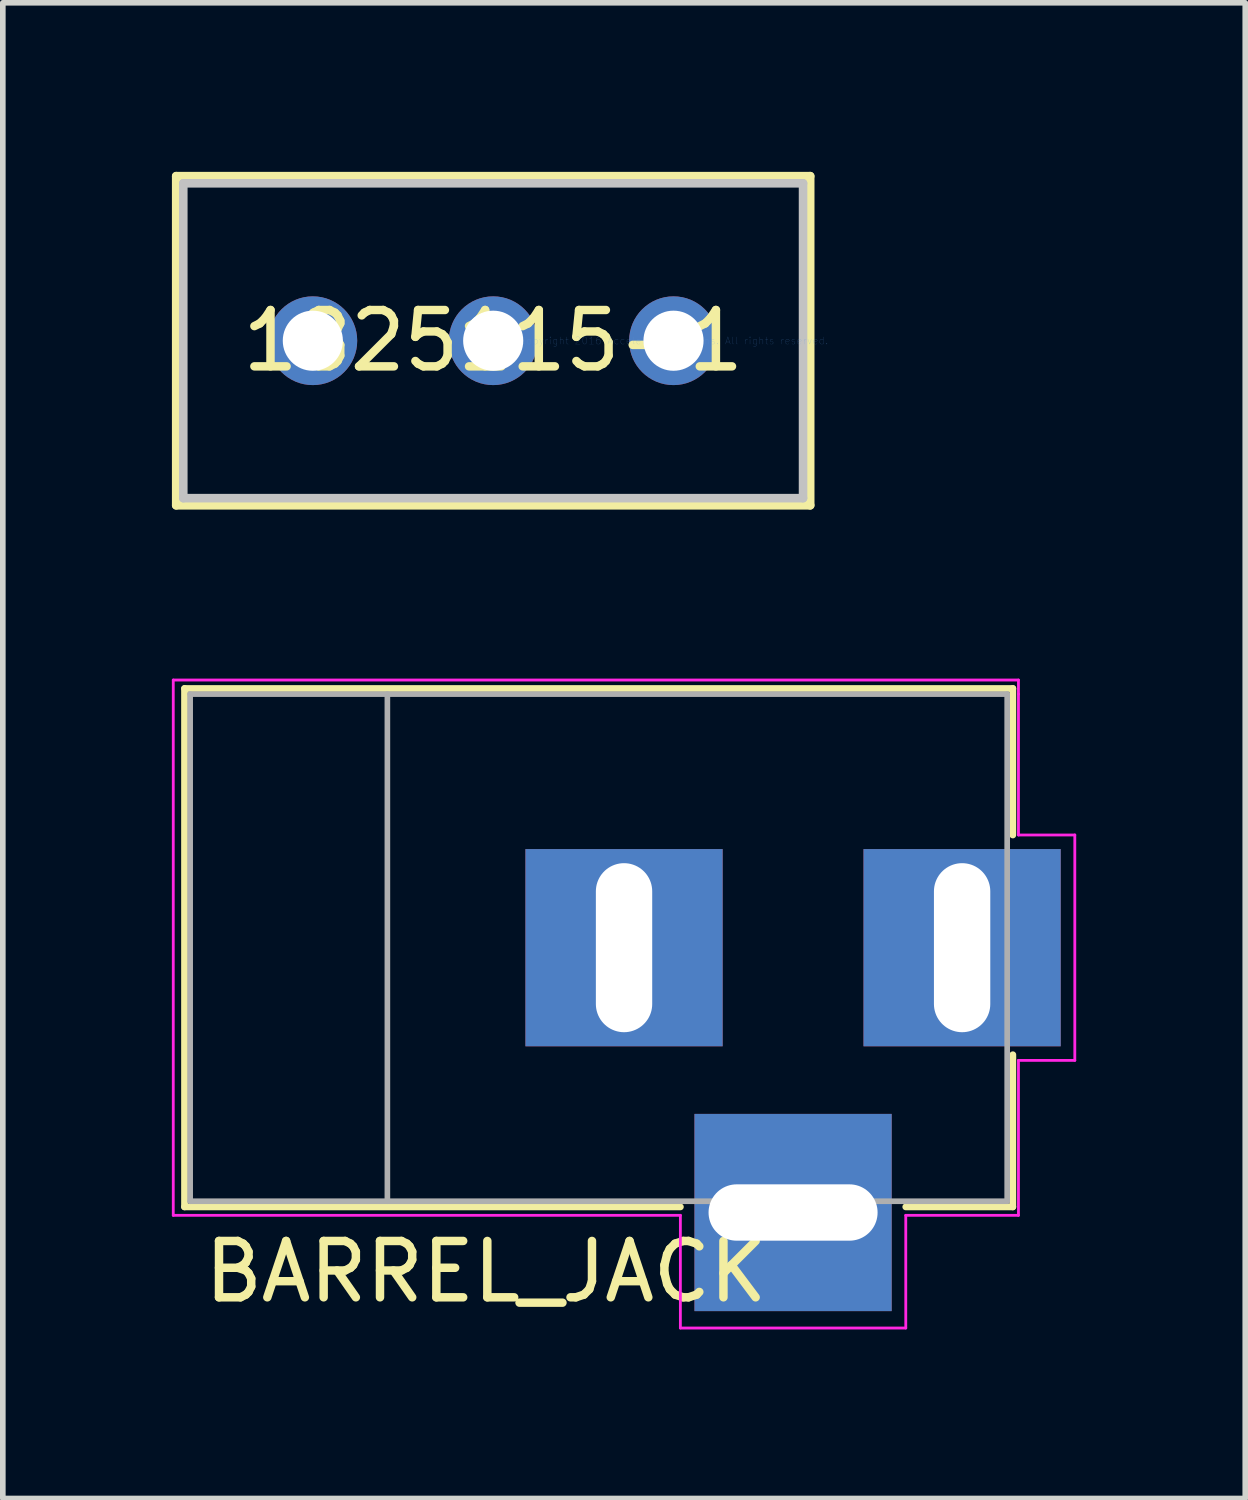
<source format=kicad_pcb>
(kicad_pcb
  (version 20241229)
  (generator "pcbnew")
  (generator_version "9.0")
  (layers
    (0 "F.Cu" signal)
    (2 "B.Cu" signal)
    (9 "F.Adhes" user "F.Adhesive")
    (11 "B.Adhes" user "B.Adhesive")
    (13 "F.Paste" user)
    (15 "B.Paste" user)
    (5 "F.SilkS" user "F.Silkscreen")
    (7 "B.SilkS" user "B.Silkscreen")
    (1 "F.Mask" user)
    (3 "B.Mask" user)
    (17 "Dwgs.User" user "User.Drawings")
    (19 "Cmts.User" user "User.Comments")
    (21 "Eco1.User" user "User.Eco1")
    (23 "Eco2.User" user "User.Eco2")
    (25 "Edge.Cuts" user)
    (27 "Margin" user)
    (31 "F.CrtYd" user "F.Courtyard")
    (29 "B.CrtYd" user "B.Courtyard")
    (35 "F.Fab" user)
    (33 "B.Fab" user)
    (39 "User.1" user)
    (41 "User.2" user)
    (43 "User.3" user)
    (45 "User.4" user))
  (footprint "BARREL_JACK"
    (layer "F.Cu")
    (at 14.025 13.769)
    (property "Reference" "BARREL_JACK" (at -8.45 5.75 180) (layer "F.SilkS") (effects (font (size 1 1) (thickness 0.15))))
    (attr through_hole)
    (fp_line (start -13.8 -4.6) (end 0.9 -4.6) (stroke (width 0.12) (type solid)) (layer "F.SilkS"))
    (fp_line (start -13.8 4.6) (end -13.8 -4.6) (stroke (width 0.12) (type solid)) (layer "F.SilkS"))
    (fp_line (start -5 4.6) (end -13.8 4.6) (stroke (width 0.12) (type solid)) (layer "F.SilkS"))
    (fp_line (start 0.9 -4.6) (end 0.9 -2) (stroke (width 0.12) (type solid)) (layer "F.SilkS"))
    (fp_line (start 0.9 1.9) (end 0.9 4.6) (stroke (width 0.12) (type solid)) (layer "F.SilkS"))
    (fp_line (start 0.9 4.6) (end -1 4.6) (stroke (width 0.12) (type solid)) (layer "F.SilkS"))
    (fp_line (start -14 4.75) (end -14 -4.75) (stroke (width 0.05) (type solid)) (layer "F.CrtYd"))
    (fp_line (start -5 4.75) (end -14 4.75) (stroke (width 0.05) (type solid)) (layer "F.CrtYd"))
    (fp_line (start -5 6.75) (end -5 4.75) (stroke (width 0.05) (type solid)) (layer "F.CrtYd"))
    (fp_line (start -1 4.75) (end -1 6.75) (stroke (width 0.05) (type solid)) (layer "F.CrtYd"))
    (fp_line (start -1 6.75) (end -5 6.75) (stroke (width 0.05) (type solid)) (layer "F.CrtYd"))
    (fp_line (start 1 -4.75) (end -14 -4.75) (stroke (width 0.05) (type solid)) (layer "F.CrtYd"))
    (fp_line (start 1 -4.5) (end 1 -4.75) (stroke (width 0.05) (type solid)) (layer "F.CrtYd"))
    (fp_line (start 1 -4.5) (end 1 -2) (stroke (width 0.05) (type solid)) (layer "F.CrtYd"))
    (fp_line (start 1 -2) (end 2 -2) (stroke (width 0.05) (type solid)) (layer "F.CrtYd"))
    (fp_line (start 1 2) (end 1 4.75) (stroke (width 0.05) (type solid)) (layer "F.CrtYd"))
    (fp_line (start 1 4.75) (end -1 4.75) (stroke (width 0.05) (type solid)) (layer "F.CrtYd"))
    (fp_line (start 2 -2) (end 2 2) (stroke (width 0.05) (type solid)) (layer "F.CrtYd"))
    (fp_line (start 2 2) (end 1 2) (stroke (width 0.05) (type solid)) (layer "F.CrtYd"))
    (fp_line (start -13.7 -4.5) (end -13.7 4.5) (stroke (width 0.1) (type solid)) (layer "F.Fab"))
    (fp_line (start -13.7 4.5) (end 0.8 4.5) (stroke (width 0.1) (type solid)) (layer "F.Fab"))
    (fp_line (start -10.2 -4.5) (end -10.2 4.5) (stroke (width 0.1) (type solid)) (layer "F.Fab"))
    (fp_line (start 0.8 -4.5) (end -13.7 -4.5) (stroke (width 0.1) (type solid)) (layer "F.Fab"))
    (fp_line (start 0.8 4.5) (end 0.8 -4.5) (stroke (width 0.1) (type solid)) (layer "F.Fab"))
    (pad "1" thru_hole rect (at 0 0) (size 3.5 3.5) (drill oval 1 3) (layers "*.Cu" "*.Mask"))
    (pad "2" thru_hole rect (at -6 0) (size 3.5 3.5) (drill oval 1 3) (layers "*.Cu" "*.Mask"))
    (pad "3" thru_hole rect (at -3 4.7) (size 3.5 3.5) (drill oval 3 1) (layers "*.Cu" "*.Mask")))
  (footprint "1825115-1"
    (layer "F.Cu")
    (at 8.903 2.997)
    (property "Reference" "1825115-1" (at -3.2 0 0) (layer "F.SilkS") (effects (font (size 1 1) (thickness 0.15))))
    (attr through_hole)
    (fp_line (start -8.826 -2.921) (end -8.826 2.921) (stroke (width 0.152) (type solid)) (layer "F.SilkS"))
    (fp_line (start -8.826 2.921) (end 2.426 2.921) (stroke (width 0.152) (type solid)) (layer "F.SilkS"))
    (fp_line (start 2.426 -2.921) (end -8.826 -2.921) (stroke (width 0.152) (type solid)) (layer "F.SilkS"))
    (fp_line (start 2.426 2.921) (end 2.426 -2.921) (stroke (width 0.152) (type solid)) (layer "F.SilkS"))
    (fp_line (start -8.7 -2.794) (end -8.7 2.794) (stroke (width 0.152) (type solid)) (layer "Dwgs.User"))
    (fp_line (start -8.7 2.794) (end 2.299 2.794) (stroke (width 0.152) (type solid)) (layer "Dwgs.User"))
    (fp_line (start 2.299 -2.794) (end -8.7 -2.794) (stroke (width 0.152) (type solid)) (layer "Dwgs.User"))
    (fp_line (start 2.299 2.794) (end 2.299 -2.794) (stroke (width 0.152) (type solid)) (layer "Dwgs.User"))
    (fp_text user "Copyright 2016 Accelerated Designs. All rights reserved." (at 0 0 0) (layer "Cmts.User") (effects (font (size 0.127 0.127) (thickness 0.002))))
    (pad "1" thru_hole circle (at -6.401 0) (size 1.575 1.575) (drill 1.067) (layers "*.Cu" "*.Mask"))
    (pad "2" thru_hole circle (at -3.2 0) (size 1.575 1.575) (drill 1.067) (layers "*.Cu" "*.Mask"))
    (pad "3" thru_hole circle (at 0 0) (size 1.575 1.575) (drill 1.067) (layers "*.Cu" "*.Mask")))
  (gr_rect
    (start -3 -3)
    (end 19.05 23.544)
    (stroke (width 0.1) (type default))
    (fill no)
    (layer "Edge.Cuts")))
</source>
